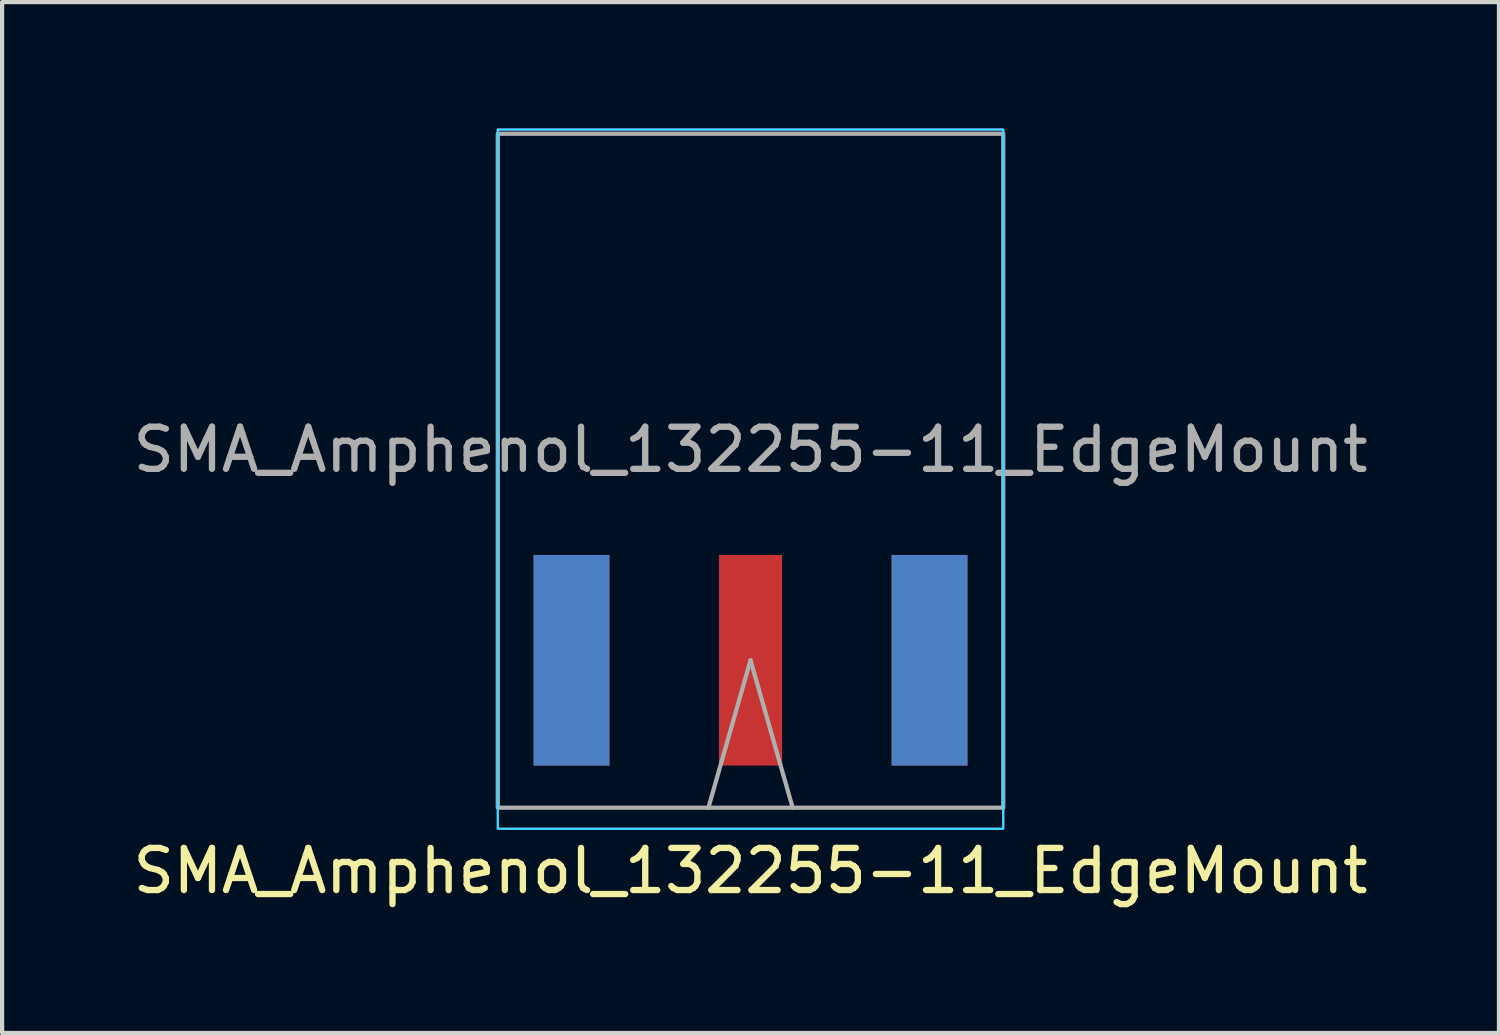
<source format=kicad_pcb>
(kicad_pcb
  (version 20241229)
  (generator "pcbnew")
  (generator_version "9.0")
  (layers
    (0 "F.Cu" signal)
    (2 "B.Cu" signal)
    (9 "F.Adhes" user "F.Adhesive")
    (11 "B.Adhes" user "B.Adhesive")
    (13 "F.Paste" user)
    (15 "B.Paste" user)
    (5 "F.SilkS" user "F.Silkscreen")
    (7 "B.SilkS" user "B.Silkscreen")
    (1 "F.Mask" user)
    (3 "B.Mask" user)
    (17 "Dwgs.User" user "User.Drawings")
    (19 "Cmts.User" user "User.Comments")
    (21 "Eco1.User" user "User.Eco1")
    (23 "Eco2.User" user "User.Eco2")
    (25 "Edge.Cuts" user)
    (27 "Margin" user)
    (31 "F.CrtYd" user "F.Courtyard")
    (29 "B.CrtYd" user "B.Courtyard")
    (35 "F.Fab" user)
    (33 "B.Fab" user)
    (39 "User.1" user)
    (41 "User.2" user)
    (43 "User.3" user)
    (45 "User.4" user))
  (footprint "SMA_Amphenol_132255-11_EdgeMount"
    (layer "F.Cu")
    (at 14.768 9.625)
    (property "Reference" "SMA_Amphenol_132255-11_EdgeMount" (at 0 8 0) (unlocked yes) (layer "F.SilkS") (effects (font (size 1 1) (thickness 0.15))))
    (attr smd)
    (fp_line (start -6 0) (end 6 0) (stroke (width 0.12) (type solid)) (layer "Eco1.User"))
    (fp_rect (start -6 -9.6) (end 6 7) (stroke (width 0.05) (type solid)) (fill no) (layer "B.CrtYd"))
    (fp_rect (start -6 -9.6) (end 6 7) (stroke (width 0.05) (type solid)) (fill no) (layer "F.CrtYd"))
    (fp_line (start -1 6.5) (end 0 3) (stroke (width 0.1) (type solid)) (layer "F.Fab"))
    (fp_line (start 0 3) (end 1 6.5) (stroke (width 0.1) (type solid)) (layer "F.Fab"))
    (fp_rect (start -6 -9.5) (end 6 6.5) (stroke (width 0.1) (type solid)) (fill no) (layer "F.Fab"))
    (fp_text user "BOARD EDGE" (at 0 -0.5 0) (unlocked yes) (layer "Eco1.User") (effects (font (size 1 1) (thickness 0.15))))
    (fp_text user "${REFERENCE}" (at 0 -2 0) (unlocked yes) (layer "F.Fab") (effects (font (size 1 1) (thickness 0.15))))
    (pad "1" smd rect (at 0 3) (size 1.5 5) (layers "F.Cu" "F.Mask" "F.Paste"))
    (pad "2" smd rect (at -4.25 3) (size 1.8 5) (layers "F.Cu" "F.Mask" "F.Paste"))
    (pad "2" smd rect (at -4.25 3) (size 1.8 5) (layers "F.Mask" "B.Cu" "F.Paste"))
    (pad "2" smd rect (at 4.25 3) (size 1.8 5) (layers "F.Cu" "F.Mask" "F.Paste"))
    (pad "2" smd rect (at 4.25 3) (size 1.8 5) (layers "F.Mask" "B.Cu" "F.Paste")))
  (gr_rect
    (start -3 -3)
    (end 32.536 21.473)
    (stroke (width 0.1) (type default))
    (fill no)
    (layer "Edge.Cuts")))
</source>
